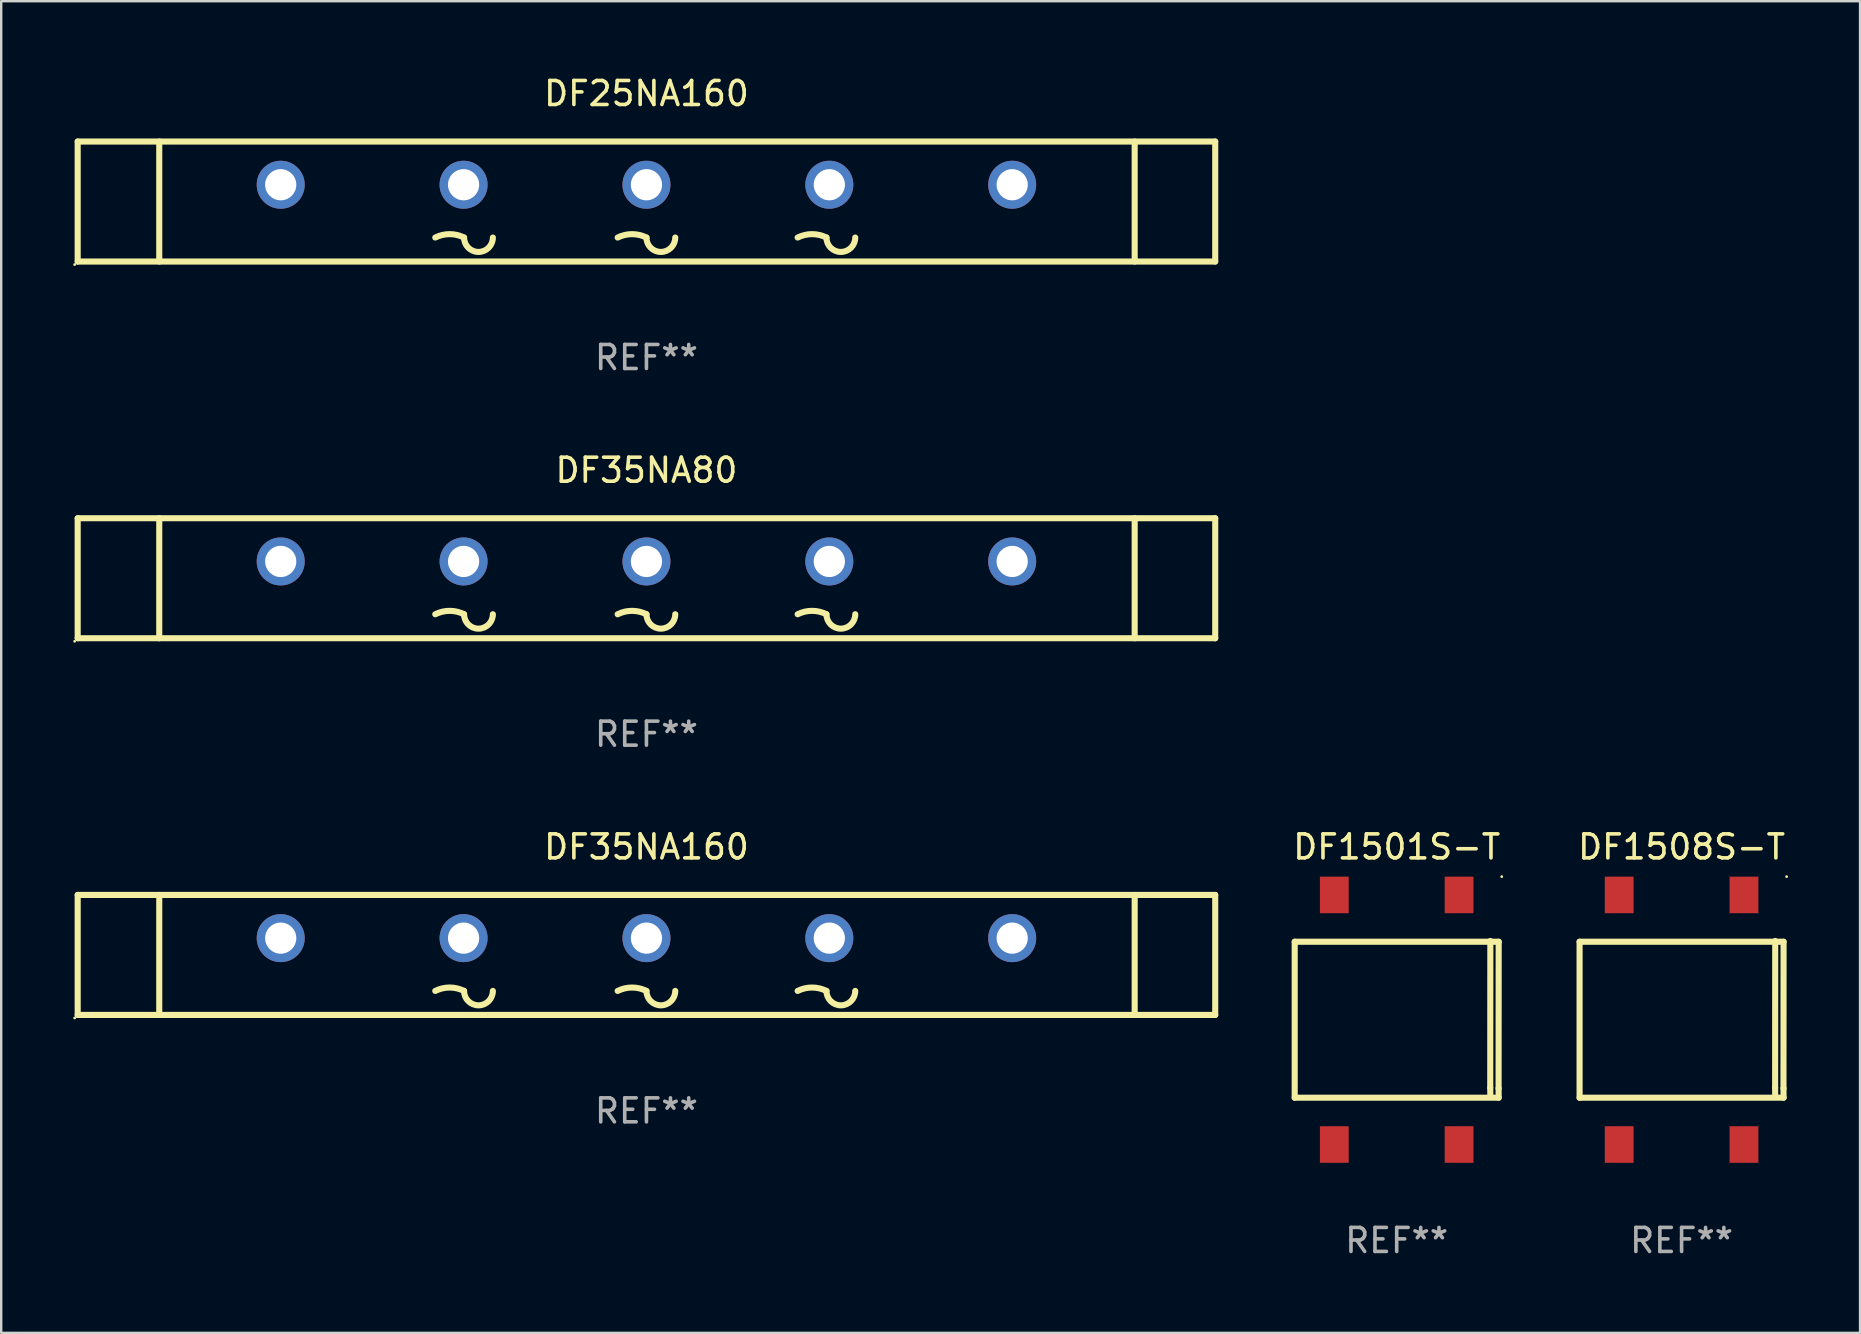
<source format=kicad_pcb>
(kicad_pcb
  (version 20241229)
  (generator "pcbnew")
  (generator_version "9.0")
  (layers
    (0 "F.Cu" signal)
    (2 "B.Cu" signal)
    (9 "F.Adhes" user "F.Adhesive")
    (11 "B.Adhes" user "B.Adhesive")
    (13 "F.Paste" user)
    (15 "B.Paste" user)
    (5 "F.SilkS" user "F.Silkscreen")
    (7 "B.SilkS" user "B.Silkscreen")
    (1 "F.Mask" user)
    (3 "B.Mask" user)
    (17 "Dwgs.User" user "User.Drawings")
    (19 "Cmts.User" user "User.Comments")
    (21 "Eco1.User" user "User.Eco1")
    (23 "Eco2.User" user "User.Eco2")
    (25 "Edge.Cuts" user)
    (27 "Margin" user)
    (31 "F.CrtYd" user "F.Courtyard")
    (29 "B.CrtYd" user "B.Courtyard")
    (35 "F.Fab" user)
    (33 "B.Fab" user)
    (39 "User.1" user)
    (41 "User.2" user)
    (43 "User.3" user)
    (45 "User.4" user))
  (footprint "DF35NA80"
    (layer "F.Cu")
    (at 23.887 21.045)
    (property "Reference" "DF35NA80" (at 0 -4.5 0) (layer "F.SilkS") (effects (font (size 1 1) (thickness 0.15))))
    (attr through_hole)
    (fp_line (start -23.7 -2.5) (end 23.7 -2.5) (stroke (width 0.254) (type solid)) (layer "F.SilkS"))
    (fp_line (start -23.7 2.5) (end -23.7 -2.5) (stroke (width 0.254) (type solid)) (layer "F.SilkS"))
    (fp_line (start -23.7 2.5) (end 23.7 2.5) (stroke (width 0.254) (type solid)) (layer "F.SilkS"))
    (fp_line (start -20.301 -2.5) (end -20.301 2.5) (stroke (width 0.254) (type solid)) (layer "F.SilkS"))
    (fp_line (start 20.344 -2.5) (end 20.344 2.5) (stroke (width 0.254) (type solid)) (layer "F.SilkS"))
    (fp_line (start 23.7 2.5) (end 23.7 -2.5) (stroke (width 0.254) (type solid)) (layer "F.SilkS"))
    (fp_arc (start -8.800025 1.500013) (mid -8.200025 1.358372) (end -7.600025 1.500013) (stroke (width 0.254001) (type solid)) (layer "F.SilkS"))
    (fp_arc (start -6.400025 1.500013) (mid -7.000025 2.100013) (end -7.600025 1.500013) (stroke (width 0.254001) (type solid)) (layer "F.SilkS"))
    (fp_arc (start -1.2 1.500013) (mid -0.6 1.358372) (end 0 1.500013) (stroke (width 0.254001) (type solid)) (layer "F.SilkS"))
    (fp_arc (start 1.2 1.500013) (mid 0.6 2.100013) (end 0 1.500013) (stroke (width 0.254001) (type solid)) (layer "F.SilkS"))
    (fp_arc (start 6.300025 1.500013) (mid 6.900025 1.358372) (end 7.500025 1.500013) (stroke (width 0.254001) (type solid)) (layer "F.SilkS"))
    (fp_arc (start 8.700025 1.500013) (mid 8.100025 2.100013) (end 7.500025 1.500013) (stroke (width 0.254001) (type solid)) (layer "F.SilkS"))
    (fp_circle (center -23.827 2.627) (end -23.797 2.627) (stroke (width 0.06) (type solid)) (fill no) (layer "F.SilkS"))
    (fp_text user "+" (at -16.1 2.4 0) (layer "B.Mask") (effects (font (size 1 1) (thickness 0.15))))
    (fp_text user "-" (at 14.4 2.3 0) (layer "B.Mask") (effects (font (size 1 1) (thickness 0.15))))
    (fp_text user "REF**" (at 0 6.5 0) (layer "F.Fab") (effects (font (size 1 1) (thickness 0.15))))
    (pad "1" thru_hole circle (at -15.24 -0.7) (size 2 2) (drill 1.3) (layers "*.Cu" "*.Mask"))
    (pad "2" thru_hole circle (at -7.62 -0.7) (size 2 2) (drill 1.3) (layers "*.Cu" "*.Mask"))
    (pad "3" thru_hole circle (at 0 -0.7) (size 2 2) (drill 1.3) (layers "*.Cu" "*.Mask"))
    (pad "4" thru_hole circle (at 7.62 -0.7) (size 2 2) (drill 1.3) (layers "*.Cu" "*.Mask"))
    (pad "5" thru_hole circle (at 15.24 -0.7) (size 2 2) (drill 1.3) (layers "*.Cu" "*.Mask")))
  (footprint "DF1501S-T"
    (layer "F.Cu")
    (at 55.149 39.441)
    (property "Reference" "DF1501S-T" (at 0 -7.2 0) (layer "F.SilkS") (effects (font (size 1 1) (thickness 0.15))))
    (attr through_hole)
    (fp_line (start -4.25 -3.25) (end -4.25 3.25) (stroke (width 0.254) (type solid)) (layer "F.SilkS"))
    (fp_line (start -4.25 -3.25) (end 4.25 -3.25) (stroke (width 0.254) (type solid)) (layer "F.SilkS"))
    (fp_line (start -4.25 3.25) (end 4.25 3.25) (stroke (width 0.254) (type solid)) (layer "F.SilkS"))
    (fp_line (start 3.898 2.83) (end 3.902 3.219) (stroke (width 0.254) (type solid)) (layer "F.SilkS"))
    (fp_line (start 3.902 -3.281) (end 3.898 2.83) (stroke (width 0.254) (type solid)) (layer "F.SilkS"))
    (fp_line (start 4.246 2.861) (end 4.25 3.25) (stroke (width 0.254) (type solid)) (layer "F.SilkS"))
    (fp_line (start 4.25 -3.25) (end 4.246 2.861) (stroke (width 0.254) (type solid)) (layer "F.SilkS"))
    (fp_circle (center 4.377 -5.962) (end 4.407 -5.962) (stroke (width 0.06) (type solid)) (fill no) (layer "F.SilkS"))
    (fp_text user "+" (at 1.709 -1.887 0) (layer "B.Mask") (effects (font (size 1 1) (thickness 0.15))))
    (fp_text user "-" (at -3.48 -1.923 0) (layer "B.Mask") (effects (font (size 1 1) (thickness 0.15))))
    (fp_text user "REF**" (at 0 9.2 0) (layer "F.Fab") (effects (font (size 1 1) (thickness 0.15))))
    (pad "1" smd rect (at 2.6 -5.2) (size 1.2 1.524) (layers "F.Cu" "F.Mask" "F.Paste"))
    (pad "2" smd rect (at 2.6 5.2) (size 1.2 1.524) (layers "F.Cu" "F.Mask" "F.Paste"))
    (pad "3" smd rect (at -2.6 -5.2) (size 1.2 1.524) (layers "F.Cu" "F.Mask" "F.Paste"))
    (pad "4" smd rect (at -2.6 5.2) (size 1.2 1.524) (layers "F.Cu" "F.Mask" "F.Paste")))
  (footprint "DF1508S-T"
    (layer "F.Cu")
    (at 67.02 39.441)
    (property "Reference" "DF1508S-T" (at 0 -7.2 0) (layer "F.SilkS") (effects (font (size 1 1) (thickness 0.15))))
    (attr through_hole)
    (fp_line (start -4.25 -3.25) (end -4.25 3.25) (stroke (width 0.254) (type solid)) (layer "F.SilkS"))
    (fp_line (start -4.25 -3.25) (end 4.25 -3.25) (stroke (width 0.254) (type solid)) (layer "F.SilkS"))
    (fp_line (start -4.25 3.25) (end 4.25 3.25) (stroke (width 0.254) (type solid)) (layer "F.SilkS"))
    (fp_line (start 3.898 2.83) (end 3.902 3.219) (stroke (width 0.254) (type solid)) (layer "F.SilkS"))
    (fp_line (start 3.902 -3.281) (end 3.898 2.83) (stroke (width 0.254) (type solid)) (layer "F.SilkS"))
    (fp_line (start 4.246 2.861) (end 4.25 3.25) (stroke (width 0.254) (type solid)) (layer "F.SilkS"))
    (fp_line (start 4.25 -3.25) (end 4.246 2.861) (stroke (width 0.254) (type solid)) (layer "F.SilkS"))
    (fp_circle (center 4.377 -5.962) (end 4.407 -5.962) (stroke (width 0.06) (type solid)) (fill no) (layer "F.SilkS"))
    (fp_text user "+" (at 1.709 -1.887 0) (layer "B.Mask") (effects (font (size 1 1) (thickness 0.15))))
    (fp_text user "-" (at -3.48 -1.923 0) (layer "B.Mask") (effects (font (size 1 1) (thickness 0.15))))
    (fp_text user "REF**" (at 0 9.2 0) (layer "F.Fab") (effects (font (size 1 1) (thickness 0.15))))
    (pad "1" smd rect (at 2.6 -5.2) (size 1.2 1.524) (layers "F.Cu" "F.Mask" "F.Paste"))
    (pad "2" smd rect (at 2.6 5.2) (size 1.2 1.524) (layers "F.Cu" "F.Mask" "F.Paste"))
    (pad "3" smd rect (at -2.6 -5.2) (size 1.2 1.524) (layers "F.Cu" "F.Mask" "F.Paste"))
    (pad "4" smd rect (at -2.6 5.2) (size 1.2 1.524) (layers "F.Cu" "F.Mask" "F.Paste")))
  (footprint "DF35NA160"
    (layer "F.Cu")
    (at 23.887 36.741)
    (property "Reference" "DF35NA160" (at 0 -4.5 0) (layer "F.SilkS") (effects (font (size 1 1) (thickness 0.15))))
    (attr through_hole)
    (fp_line (start -23.7 -2.5) (end 23.7 -2.5) (stroke (width 0.254) (type solid)) (layer "F.SilkS"))
    (fp_line (start -23.7 2.5) (end -23.7 -2.5) (stroke (width 0.254) (type solid)) (layer "F.SilkS"))
    (fp_line (start -23.7 2.5) (end 23.7 2.5) (stroke (width 0.254) (type solid)) (layer "F.SilkS"))
    (fp_line (start -20.301 -2.5) (end -20.301 2.5) (stroke (width 0.254) (type solid)) (layer "F.SilkS"))
    (fp_line (start 20.344 -2.5) (end 20.344 2.5) (stroke (width 0.254) (type solid)) (layer "F.SilkS"))
    (fp_line (start 23.7 2.5) (end 23.7 -2.5) (stroke (width 0.254) (type solid)) (layer "F.SilkS"))
    (fp_arc (start -8.800025 1.500013) (mid -8.200025 1.358372) (end -7.600025 1.500013) (stroke (width 0.254001) (type solid)) (layer "F.SilkS"))
    (fp_arc (start -6.400025 1.500013) (mid -7.000025 2.100013) (end -7.600025 1.500013) (stroke (width 0.254001) (type solid)) (layer "F.SilkS"))
    (fp_arc (start -1.2 1.500013) (mid -0.6 1.358372) (end 0 1.500013) (stroke (width 0.254001) (type solid)) (layer "F.SilkS"))
    (fp_arc (start 1.2 1.500013) (mid 0.6 2.100013) (end 0 1.500013) (stroke (width 0.254001) (type solid)) (layer "F.SilkS"))
    (fp_arc (start 6.300025 1.500013) (mid 6.900025 1.358372) (end 7.500025 1.500013) (stroke (width 0.254001) (type solid)) (layer "F.SilkS"))
    (fp_arc (start 8.700025 1.500013) (mid 8.100025 2.100013) (end 7.500025 1.500013) (stroke (width 0.254001) (type solid)) (layer "F.SilkS"))
    (fp_circle (center -23.827 2.627) (end -23.797 2.627) (stroke (width 0.06) (type solid)) (fill no) (layer "F.SilkS"))
    (fp_text user "+" (at -16.1 2.4 0) (layer "B.Mask") (effects (font (size 1 1) (thickness 0.15))))
    (fp_text user "-" (at 14.4 2.3 0) (layer "B.Mask") (effects (font (size 1 1) (thickness 0.15))))
    (fp_text user "REF**" (at 0 6.5 0) (layer "F.Fab") (effects (font (size 1 1) (thickness 0.15))))
    (pad "1" thru_hole circle (at -15.24 -0.7) (size 2 2) (drill 1.3) (layers "*.Cu" "*.Mask"))
    (pad "2" thru_hole circle (at -7.62 -0.7) (size 2 2) (drill 1.3) (layers "*.Cu" "*.Mask"))
    (pad "3" thru_hole circle (at 0 -0.7) (size 2 2) (drill 1.3) (layers "*.Cu" "*.Mask"))
    (pad "4" thru_hole circle (at 7.62 -0.7) (size 2 2) (drill 1.3) (layers "*.Cu" "*.Mask"))
    (pad "5" thru_hole circle (at 15.24 -0.7) (size 2 2) (drill 1.3) (layers "*.Cu" "*.Mask")))
  (footprint "DF25NA160"
    (layer "F.Cu")
    (at 23.887 5.348)
    (property "Reference" "DF25NA160" (at 0 -4.5 0) (layer "F.SilkS") (effects (font (size 1 1) (thickness 0.15))))
    (attr through_hole)
    (fp_line (start -23.7 -2.5) (end 23.7 -2.5) (stroke (width 0.254) (type solid)) (layer "F.SilkS"))
    (fp_line (start -23.7 2.5) (end -23.7 -2.5) (stroke (width 0.254) (type solid)) (layer "F.SilkS"))
    (fp_line (start -23.7 2.5) (end 23.7 2.5) (stroke (width 0.254) (type solid)) (layer "F.SilkS"))
    (fp_line (start -20.301 -2.5) (end -20.301 2.5) (stroke (width 0.254) (type solid)) (layer "F.SilkS"))
    (fp_line (start 20.344 -2.5) (end 20.344 2.5) (stroke (width 0.254) (type solid)) (layer "F.SilkS"))
    (fp_line (start 23.7 2.5) (end 23.7 -2.5) (stroke (width 0.254) (type solid)) (layer "F.SilkS"))
    (fp_arc (start -8.800025 1.500013) (mid -8.200025 1.358372) (end -7.600025 1.500013) (stroke (width 0.254001) (type solid)) (layer "F.SilkS"))
    (fp_arc (start -6.400025 1.500013) (mid -7.000025 2.100013) (end -7.600025 1.500013) (stroke (width 0.254001) (type solid)) (layer "F.SilkS"))
    (fp_arc (start -1.2 1.500013) (mid -0.6 1.358372) (end 0 1.500013) (stroke (width 0.254001) (type solid)) (layer "F.SilkS"))
    (fp_arc (start 1.2 1.500013) (mid 0.6 2.100013) (end 0 1.500013) (stroke (width 0.254001) (type solid)) (layer "F.SilkS"))
    (fp_arc (start 6.300025 1.500013) (mid 6.900025 1.358372) (end 7.500025 1.500013) (stroke (width 0.254001) (type solid)) (layer "F.SilkS"))
    (fp_arc (start 8.700025 1.500013) (mid 8.100025 2.100013) (end 7.500025 1.500013) (stroke (width 0.254001) (type solid)) (layer "F.SilkS"))
    (fp_circle (center -23.827 2.627) (end -23.797 2.627) (stroke (width 0.06) (type solid)) (fill no) (layer "F.SilkS"))
    (fp_text user "-" (at 14.4 2.3 0) (layer "B.Mask") (effects (font (size 1 1) (thickness 0.15))))
    (fp_text user "+" (at -16.1 2.4 0) (layer "B.Mask") (effects (font (size 1 1) (thickness 0.15))))
    (fp_text user "REF**" (at 0 6.5 0) (layer "F.Fab") (effects (font (size 1 1) (thickness 0.15))))
    (pad "1" thru_hole circle (at -15.24 -0.7) (size 2 2) (drill 1.3) (layers "*.Cu" "*.Mask"))
    (pad "2" thru_hole circle (at -7.62 -0.7) (size 2 2) (drill 1.3) (layers "*.Cu" "*.Mask"))
    (pad "3" thru_hole circle (at 0 -0.7) (size 2 2) (drill 1.3) (layers "*.Cu" "*.Mask"))
    (pad "4" thru_hole circle (at 7.62 -0.7) (size 2 2) (drill 1.3) (layers "*.Cu" "*.Mask"))
    (pad "5" thru_hole circle (at 15.24 -0.7) (size 2 2) (drill 1.3) (layers "*.Cu" "*.Mask")))
  (gr_rect
    (start -3 -3)
    (end 74.457 52.489)
    (stroke (width 0.1) (type default))
    (fill no)
    (layer "Edge.Cuts")))
</source>
